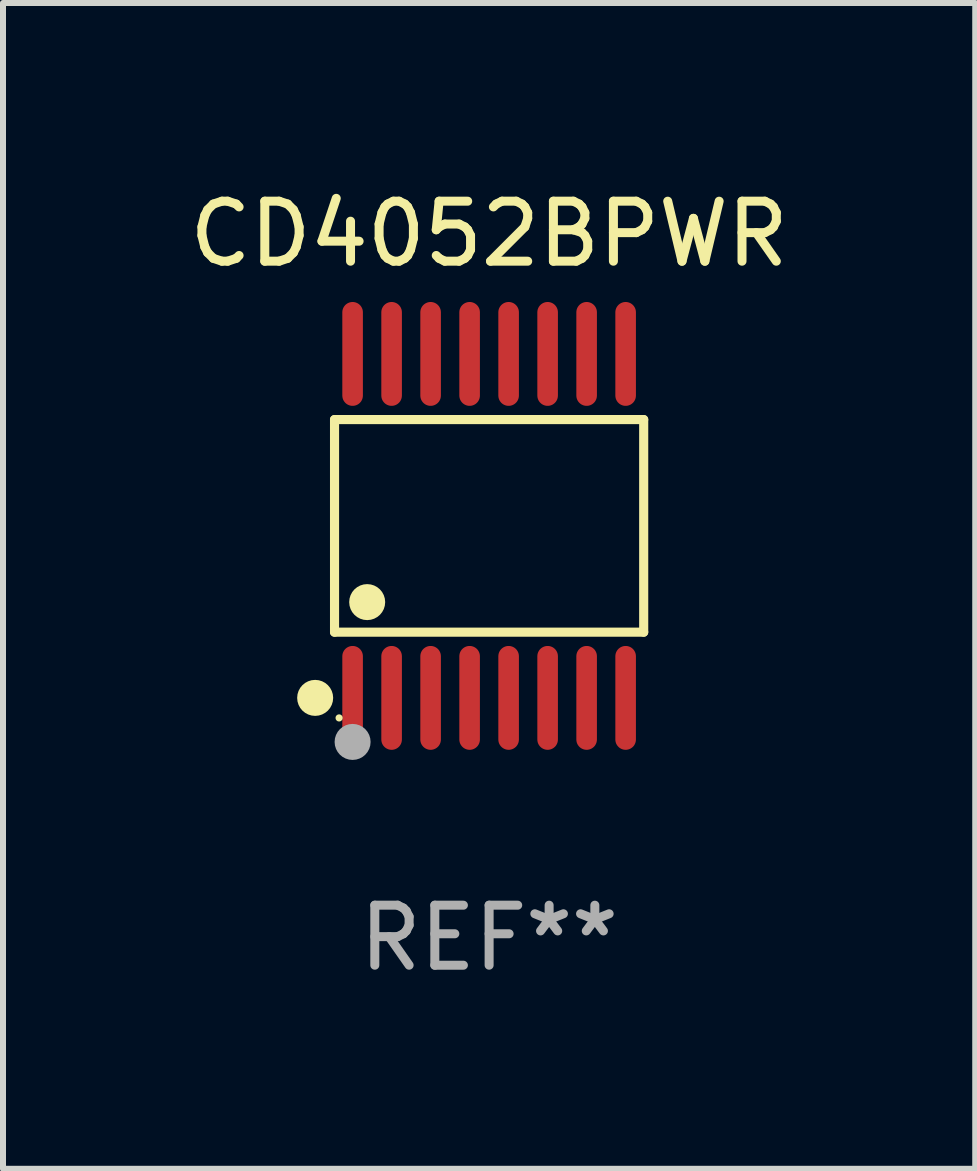
<source format=kicad_pcb>
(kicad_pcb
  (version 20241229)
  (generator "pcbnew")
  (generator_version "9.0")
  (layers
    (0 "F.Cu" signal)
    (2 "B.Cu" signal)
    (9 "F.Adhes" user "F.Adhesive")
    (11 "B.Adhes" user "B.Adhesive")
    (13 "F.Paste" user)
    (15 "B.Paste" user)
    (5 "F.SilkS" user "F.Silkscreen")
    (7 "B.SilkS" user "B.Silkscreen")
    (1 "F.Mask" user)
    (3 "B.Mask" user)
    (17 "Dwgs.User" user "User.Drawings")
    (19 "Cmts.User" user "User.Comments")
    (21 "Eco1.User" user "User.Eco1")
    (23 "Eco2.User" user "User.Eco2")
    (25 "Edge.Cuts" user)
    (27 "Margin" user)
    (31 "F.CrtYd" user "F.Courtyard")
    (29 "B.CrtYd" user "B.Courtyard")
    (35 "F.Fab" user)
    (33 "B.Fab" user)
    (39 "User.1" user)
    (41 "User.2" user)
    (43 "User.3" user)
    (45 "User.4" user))
  (footprint "CD4052BPWR"
    (layer "F.Cu")
    (at 5.101 5.714)
    (property "Reference" "CD4052BPWR" (at 0 -4.866 0) (layer "F.SilkS") (effects (font (size 1 1) (thickness 0.15))))
    (attr through_hole)
    (fp_line (start -2.576 -1.772) (end 2.576 -1.772) (stroke (width 0.152) (type solid)) (layer "F.SilkS"))
    (fp_line (start -2.576 1.771) (end -2.576 -1.772) (stroke (width 0.152) (type solid)) (layer "F.SilkS"))
    (fp_line (start 2.576 -1.772) (end 2.576 1.771) (stroke (width 0.152) (type solid)) (layer "F.SilkS"))
    (fp_line (start 2.576 1.771) (end -2.576 1.771) (stroke (width 0.152) (type solid)) (layer "F.SilkS"))
    (fp_circle (center -2.899 2.866) (end -2.749 2.866) (stroke (width 0.3) (type solid)) (fill no) (layer "F.SilkS"))
    (fp_circle (center -2.5 3.2) (end -2.47 3.2) (stroke (width 0.06) (type solid)) (fill no) (layer "F.SilkS"))
    (fp_circle (center -2.032 1.27) (end -1.882 1.27) (stroke (width 0.3) (type solid)) (fill no) (layer "F.SilkS"))
    (fp_circle (center -2.275 3.6) (end -2.125 3.6) (stroke (width 0.3) (type solid)) (fill no) (layer "F.Fab"))
    (fp_text user "REF**" (at 0 6.866 0) (layer "F.Fab") (effects (font (size 1 1) (thickness 0.15))))
    (pad "1" smd oval (at -2.275 2.866) (size 0.343 1.731) (layers "F.Cu" "F.Mask" "F.Paste"))
    (pad "2" smd oval (at -1.625 2.866) (size 0.343 1.731) (layers "F.Cu" "F.Mask" "F.Paste"))
    (pad "3" smd oval (at -0.975 2.866) (size 0.343 1.731) (layers "F.Cu" "F.Mask" "F.Paste"))
    (pad "4" smd oval (at -0.325 2.866) (size 0.343 1.731) (layers "F.Cu" "F.Mask" "F.Paste"))
    (pad "5" smd oval (at 0.325 2.866) (size 0.343 1.731) (layers "F.Cu" "F.Mask" "F.Paste"))
    (pad "6" smd oval (at 0.975 2.866) (size 0.343 1.731) (layers "F.Cu" "F.Mask" "F.Paste"))
    (pad "7" smd oval (at 1.625 2.866) (size 0.343 1.731) (layers "F.Cu" "F.Mask" "F.Paste"))
    (pad "8" smd oval (at 2.275 2.866) (size 0.343 1.731) (layers "F.Cu" "F.Mask" "F.Paste"))
    (pad "9" smd oval (at 2.275 -2.866) (size 0.343 1.731) (layers "F.Cu" "F.Mask" "F.Paste"))
    (pad "10" smd oval (at 1.625 -2.866) (size 0.343 1.731) (layers "F.Cu" "F.Mask" "F.Paste"))
    (pad "11" smd oval (at 0.975 -2.866) (size 0.343 1.731) (layers "F.Cu" "F.Mask" "F.Paste"))
    (pad "12" smd oval (at 0.325 -2.866) (size 0.343 1.731) (layers "F.Cu" "F.Mask" "F.Paste"))
    (pad "13" smd oval (at -0.325 -2.866) (size 0.343 1.731) (layers "F.Cu" "F.Mask" "F.Paste"))
    (pad "14" smd oval (at -0.975 -2.866) (size 0.343 1.731) (layers "F.Cu" "F.Mask" "F.Paste"))
    (pad "15" smd oval (at -1.625 -2.866) (size 0.343 1.731) (layers "F.Cu" "F.Mask" "F.Paste"))
    (pad "16" smd oval (at -2.275 -2.866) (size 0.343 1.731) (layers "F.Cu" "F.Mask" "F.Paste")))
  (gr_rect
    (start -3 -3)
    (end 13.202 16.428)
    (stroke (width 0.1) (type default))
    (fill no)
    (layer "Edge.Cuts")))
</source>
